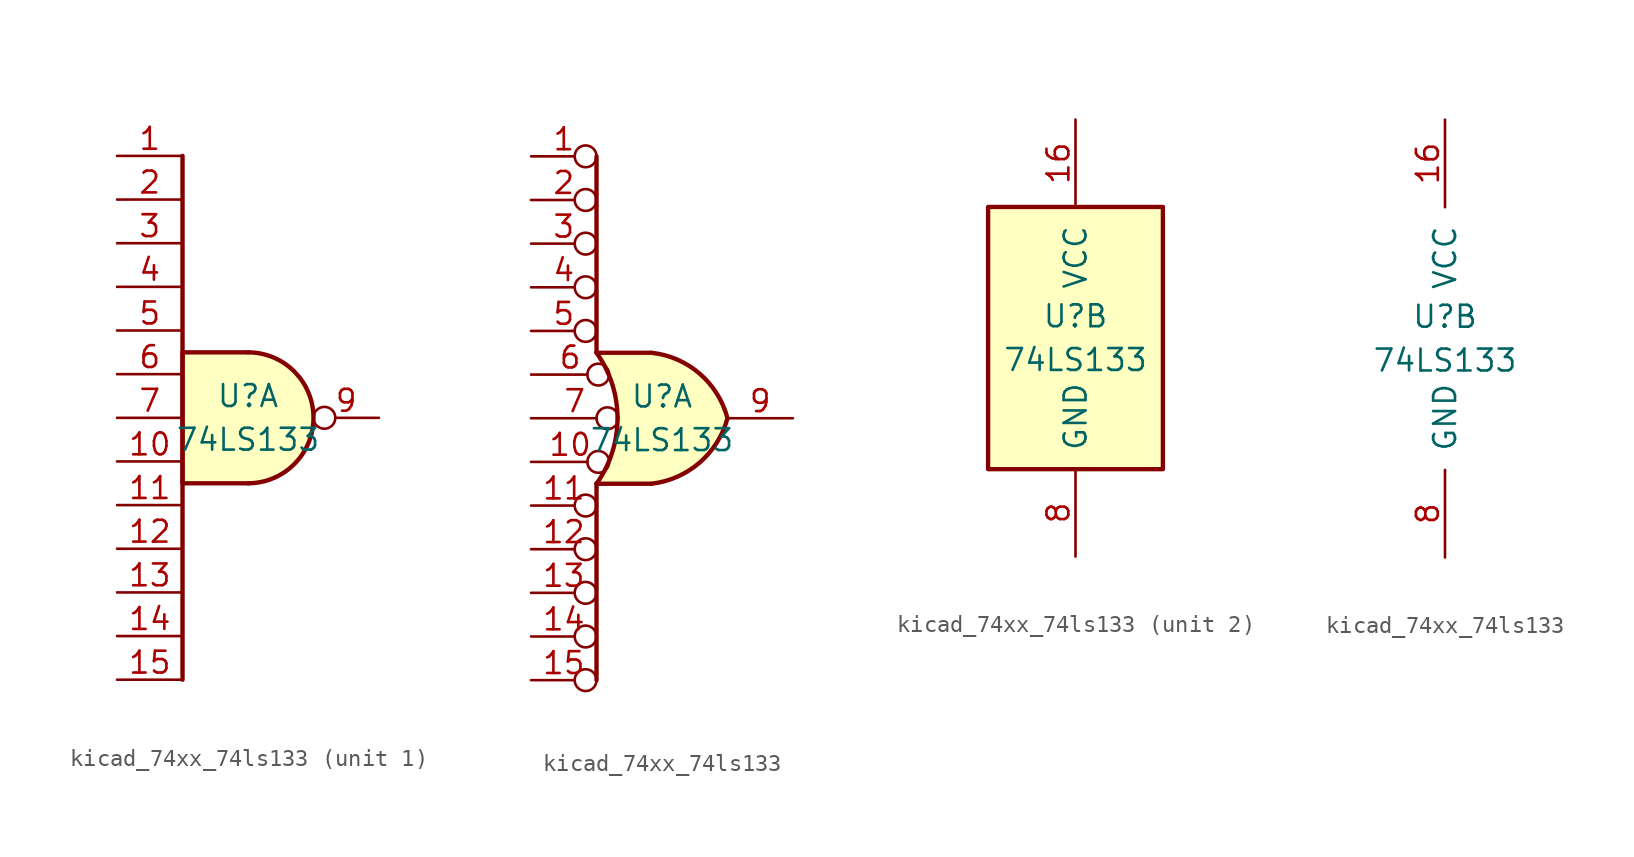
<source format=kicad_sym>
(kicad_symbol_lib
  (version 20220914)
  (generator kicad_symbol_editor)
  (symbol "kicad_74xx_74ls133"
    (pin_names
      (offset 1.016))
    (property "Reference" "U"
      (at 0 1.27 0)
      (effects (font (size 1.27 1.27))))
    (property "Value" "74LS133"
      (at 0 -1.27 0)
      (effects (font (size 1.27 1.27))))
    (property "ki_locked" ""
      (at 0 0 0)
      (effects (font (size 1.27 1.27))))
    (symbol "kicad_74xx_74ls133_1_1"
      (arc (start 0 -3.81) (mid 3.7934 0) (end 0 3.81) (stroke (width 0.254) (type default)) (fill (type background)))
      (polyline (pts (xy -3.81 15.24) (xy -3.81 -15.24)) (stroke (width 0.254) (type default)) (fill (type none)))
      (polyline (pts (xy 0 3.81) (xy -3.81 3.81) (xy -3.81 -3.81) (xy 0 -3.81)) (stroke (width 0.254) (type default)) (fill (type background)))
      (pin input line (at -7.62 15.24 0) (length 3.81) (name "~" (effects (font (size 1.27 1.27)))) (number "1" (effects (font (size 1.27 1.27)))))
      (pin input line (at -7.62 -2.54 0) (length 3.81) (name "~" (effects (font (size 1.27 1.27)))) (number "10" (effects (font (size 1.27 1.27)))))
      (pin input line (at -7.62 -5.08 0) (length 3.81) (name "~" (effects (font (size 1.27 1.27)))) (number "11" (effects (font (size 1.27 1.27)))))
      (pin input line (at -7.62 -7.62 0) (length 3.81) (name "~" (effects (font (size 1.27 1.27)))) (number "12" (effects (font (size 1.27 1.27)))))
      (pin input line (at -7.62 -10.16 0) (length 3.81) (name "~" (effects (font (size 1.27 1.27)))) (number "13" (effects (font (size 1.27 1.27)))))
      (pin input line (at -7.62 -12.7 0) (length 3.81) (name "~" (effects (font (size 1.27 1.27)))) (number "14" (effects (font (size 1.27 1.27)))))
      (pin input line (at -7.62 -15.24 0) (length 3.81) (name "~" (effects (font (size 1.27 1.27)))) (number "15" (effects (font (size 1.27 1.27)))))
      (pin input line (at -7.62 12.7 0) (length 3.81) (name "~" (effects (font (size 1.27 1.27)))) (number "2" (effects (font (size 1.27 1.27)))))
      (pin input line (at -7.62 10.16 0) (length 3.81) (name "~" (effects (font (size 1.27 1.27)))) (number "3" (effects (font (size 1.27 1.27)))))
      (pin input line (at -7.62 7.62 0) (length 3.81) (name "~" (effects (font (size 1.27 1.27)))) (number "4" (effects (font (size 1.27 1.27)))))
      (pin input line (at -7.62 5.08 0) (length 3.81) (name "~" (effects (font (size 1.27 1.27)))) (number "5" (effects (font (size 1.27 1.27)))))
      (pin input line (at -7.62 2.54 0) (length 3.81) (name "~" (effects (font (size 1.27 1.27)))) (number "6" (effects (font (size 1.27 1.27)))))
      (pin input line (at -7.62 0 0) (length 3.81) (name "~" (effects (font (size 1.27 1.27)))) (number "7" (effects (font (size 1.27 1.27)))))
      (pin output inverted (at 7.62 0 180) (length 3.81) (name "~" (effects (font (size 1.27 1.27)))) (number "9" (effects (font (size 1.27 1.27))))))
    (symbol "kicad_74xx_74ls133_1_2"
      (arc (start -3.81 -3.81) (mid -2.589 0) (end -3.81 3.81) (stroke (width 0.254) (type default)) (fill (type none)))
      (arc (start -0.6096 -3.81) (mid 2.1842 -2.5851) (end 3.81 0) (stroke (width 0.254) (type default)) (fill (type background)))
      (polyline (pts (xy -3.81 -3.81) (xy -3.81 -15.24)) (stroke (width 0.254) (type default)) (fill (type none)))
      (polyline (pts (xy -3.81 -3.81) (xy -0.635 -3.81)) (stroke (width 0.254) (type default)) (fill (type background)))
      (polyline (pts (xy -3.81 3.81) (xy -0.635 3.81)) (stroke (width 0.254) (type default)) (fill (type background)))
      (polyline (pts (xy -3.81 15.24) (xy -3.81 3.81)) (stroke (width 0.254) (type default)) (fill (type none)))
      (polyline (pts (xy -0.635 3.81) (xy -3.81 3.81) (xy -3.81 3.81) (xy -3.556 3.404) (xy -3.023 2.261) (xy -2.692 1.041) (xy -2.616 -0.254) (xy -2.769 -1.499) (xy -3.175 -2.718) (xy -3.81 -3.81) (xy -3.81 -3.81) (xy -0.635 -3.81)) (stroke (width -25.4) (type default)) (fill (type background)))
      (arc (start 3.81 0) (mid 2.1915 2.5936) (end -0.6096 3.81) (stroke (width 0.254) (type default)) (fill (type background)))
      (pin input inverted (at -7.62 15.24 0) (length 3.81) (name "~" (effects (font (size 1.27 1.27)))) (number "1" (effects (font (size 1.27 1.27)))))
      (pin input inverted (at -7.62 -2.54 0) (length 4.547) (name "~" (effects (font (size 1.27 1.27)))) (number "10" (effects (font (size 1.27 1.27)))))
      (pin input inverted (at -7.62 -5.08 0) (length 3.81) (name "~" (effects (font (size 1.27 1.27)))) (number "11" (effects (font (size 1.27 1.27)))))
      (pin input inverted (at -7.62 -7.62 0) (length 3.81) (name "~" (effects (font (size 1.27 1.27)))) (number "12" (effects (font (size 1.27 1.27)))))
      (pin input inverted (at -7.62 -10.16 0) (length 3.81) (name "~" (effects (font (size 1.27 1.27)))) (number "13" (effects (font (size 1.27 1.27)))))
      (pin input inverted (at -7.62 -12.7 0) (length 3.81) (name "~" (effects (font (size 1.27 1.27)))) (number "14" (effects (font (size 1.27 1.27)))))
      (pin input inverted (at -7.62 -15.24 0) (length 3.81) (name "~" (effects (font (size 1.27 1.27)))) (number "15" (effects (font (size 1.27 1.27)))))
      (pin input inverted (at -7.62 12.7 0) (length 3.81) (name "~" (effects (font (size 1.27 1.27)))) (number "2" (effects (font (size 1.27 1.27)))))
      (pin input inverted (at -7.62 10.16 0) (length 3.81) (name "~" (effects (font (size 1.27 1.27)))) (number "3" (effects (font (size 1.27 1.27)))))
      (pin input inverted (at -7.62 7.62 0) (length 3.81) (name "~" (effects (font (size 1.27 1.27)))) (number "4" (effects (font (size 1.27 1.27)))))
      (pin input inverted (at -7.62 5.08 0) (length 3.81) (name "~" (effects (font (size 1.27 1.27)))) (number "5" (effects (font (size 1.27 1.27)))))
      (pin input inverted (at -7.62 2.54 0) (length 4.547) (name "~" (effects (font (size 1.27 1.27)))) (number "6" (effects (font (size 1.27 1.27)))))
      (pin input inverted (at -7.62 0 0) (length 5.08) (name "~" (effects (font (size 1.27 1.27)))) (number "7" (effects (font (size 1.27 1.27)))))
      (pin output line (at 7.62 0 180) (length 3.81) (name "~" (effects (font (size 1.27 1.27)))) (number "9" (effects (font (size 1.27 1.27))))))
    (symbol "kicad_74xx_74ls133_2_0"
      (pin power_in line (at 0 12.7 270) (length 5.08) (name "VCC" (effects (font (size 1.27 1.27)))) (number "16" (effects (font (size 1.27 1.27)))))
      (pin power_in line (at 0 -12.7 90) (length 5.08) (name "GND" (effects (font (size 1.27 1.27)))) (number "8" (effects (font (size 1.27 1.27))))))
    (symbol "kicad_74xx_74ls133_2_1"
      (rectangle (start -5.08 7.62) (end 5.08 -7.62) (stroke (width 0.254) (type default)) (fill (type background))))))
</source>
